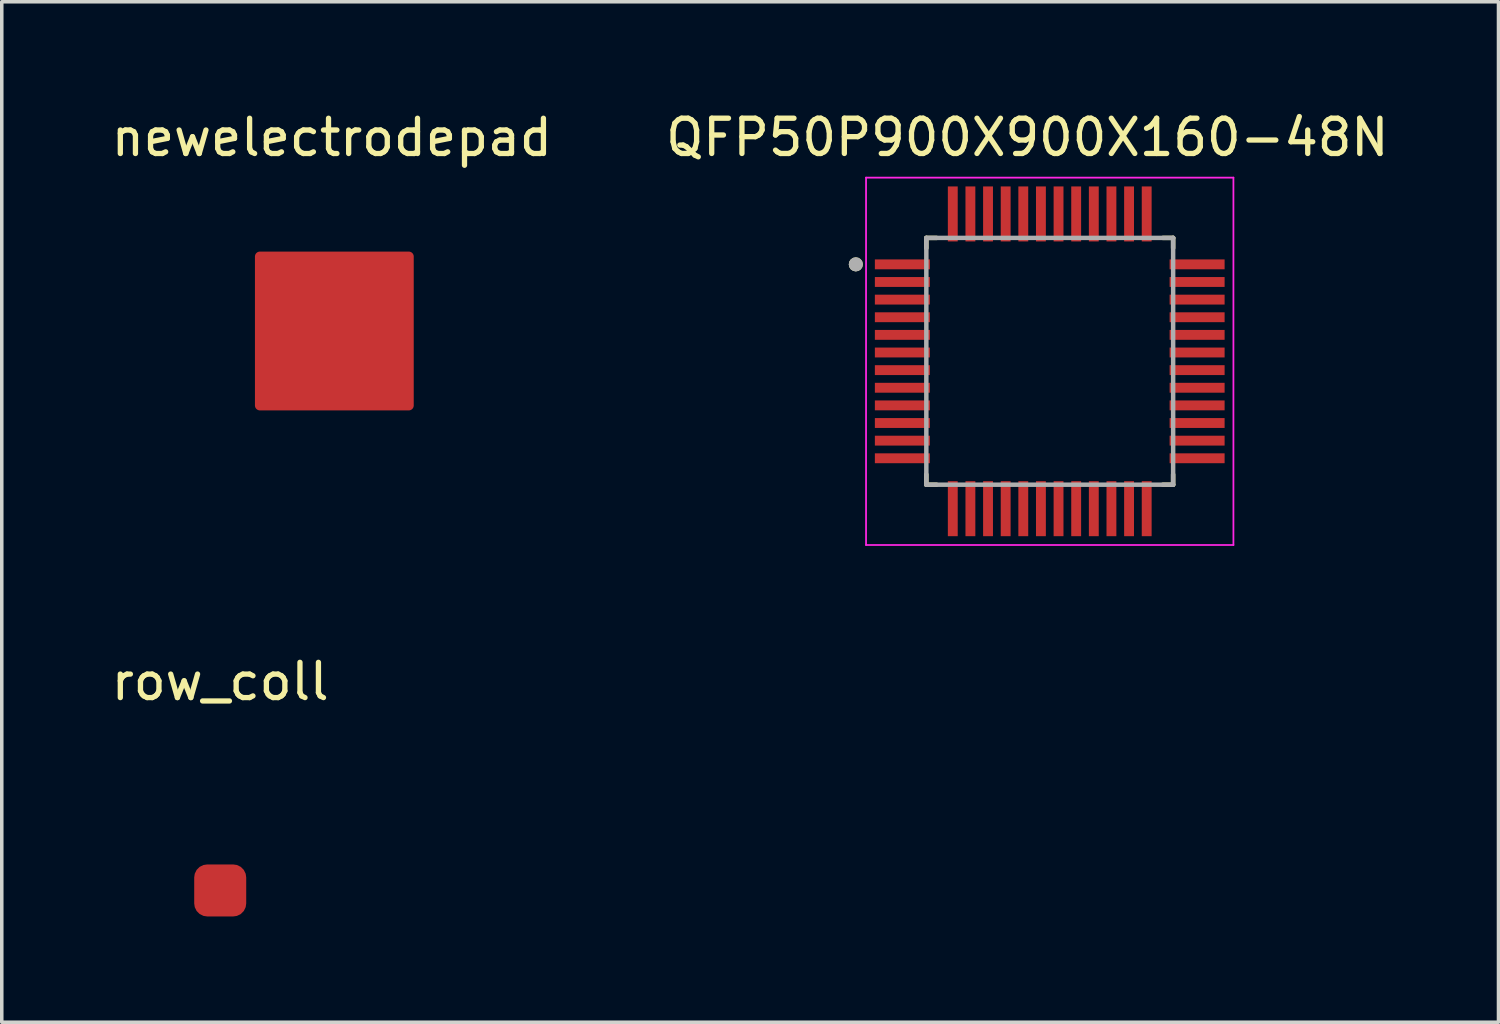
<source format=kicad_pcb>
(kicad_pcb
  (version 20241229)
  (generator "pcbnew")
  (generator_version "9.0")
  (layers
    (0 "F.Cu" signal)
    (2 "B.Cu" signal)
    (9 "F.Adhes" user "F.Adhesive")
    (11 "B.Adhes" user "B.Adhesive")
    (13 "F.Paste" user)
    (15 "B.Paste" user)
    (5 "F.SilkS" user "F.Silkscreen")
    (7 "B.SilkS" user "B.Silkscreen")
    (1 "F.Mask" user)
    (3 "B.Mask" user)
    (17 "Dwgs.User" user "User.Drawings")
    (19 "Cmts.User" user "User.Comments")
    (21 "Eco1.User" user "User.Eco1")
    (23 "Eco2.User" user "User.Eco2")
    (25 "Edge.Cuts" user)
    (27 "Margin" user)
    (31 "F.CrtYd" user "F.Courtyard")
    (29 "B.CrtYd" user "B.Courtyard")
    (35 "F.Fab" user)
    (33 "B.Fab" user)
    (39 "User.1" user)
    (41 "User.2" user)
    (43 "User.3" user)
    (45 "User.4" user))
  (footprint "newelectrodepad"
    (layer "F.Cu")
    (at 6.433 6.338)
    (property "Reference" "newelectrodepad" (at -0.07 -5.489 0) (unlocked yes) (layer "F.SilkS") (effects (font (size 1 1) (thickness 0.15))))
    (attr smd)
    (fp_poly (pts (arc (start 2.11125 2.252) (mid 2.210775 2.210775) (end 2.252 2.11125)) (arc (start 2.252 -2.11125) (mid 2.210775 -2.210775) (end 2.11125 -2.252)) (arc (start -2.11125 -2.252) (mid -2.210775 -2.210775) (end -2.252 -2.11125)) (arc (start -2.252 2.11125) (mid -2.210775 2.210775) (end -2.11125 2.252))) (stroke (width 0) (type solid)) (fill yes) (layer "F.Cu")))
  (footprint "QFP50P900X900X160-48N"
    (layer "F.Cu")
    (at 26.724 7.198)
    (property "Reference" "QFP50P900X900X160-48N" (at -0.635 -6.35 0) (layer "F.SilkS") (effects (font (size 1 1) (thickness 0.15))))
    (attr smd)
    (fp_line (start -3.5 -3.5) (end -3.5 -3.21) (stroke (width 0.127) (type solid)) (layer "F.SilkS"))
    (fp_line (start -3.5 -3.5) (end -3.21 -3.5) (stroke (width 0.127) (type solid)) (layer "F.SilkS"))
    (fp_line (start -3.5 3.5) (end -3.5 3.21) (stroke (width 0.127) (type solid)) (layer "F.SilkS"))
    (fp_line (start -3.5 3.5) (end -3.21 3.5) (stroke (width 0.127) (type solid)) (layer "F.SilkS"))
    (fp_line (start 3.5 -3.5) (end 3.21 -3.5) (stroke (width 0.127) (type solid)) (layer "F.SilkS"))
    (fp_line (start 3.5 -3.5) (end 3.5 -3.21) (stroke (width 0.127) (type solid)) (layer "F.SilkS"))
    (fp_line (start 3.5 3.5) (end 3.21 3.5) (stroke (width 0.127) (type solid)) (layer "F.SilkS"))
    (fp_line (start 3.5 3.5) (end 3.5 3.21) (stroke (width 0.127) (type solid)) (layer "F.SilkS"))
    (fp_circle (center -5.5 -2.75) (end -5.4 -2.75) (stroke (width 0.2) (type solid)) (fill no) (layer "F.SilkS"))
    (fp_line (start -5.21 -5.21) (end 5.21 -5.21) (stroke (width 0.05) (type solid)) (layer "F.CrtYd"))
    (fp_line (start -5.21 5.21) (end -5.21 -5.21) (stroke (width 0.05) (type solid)) (layer "F.CrtYd"))
    (fp_line (start -5.21 5.21) (end 5.21 5.21) (stroke (width 0.05) (type solid)) (layer "F.CrtYd"))
    (fp_line (start 5.21 5.21) (end 5.21 -5.21) (stroke (width 0.05) (type solid)) (layer "F.CrtYd"))
    (fp_line (start -3.5 3.5) (end -3.5 -3.5) (stroke (width 0.127) (type solid)) (layer "F.Fab"))
    (fp_line (start 3.5 -3.5) (end -3.5 -3.5) (stroke (width 0.127) (type solid)) (layer "F.Fab"))
    (fp_line (start 3.5 3.5) (end -3.5 3.5) (stroke (width 0.127) (type solid)) (layer "F.Fab"))
    (fp_line (start 3.5 3.5) (end 3.5 -3.5) (stroke (width 0.127) (type solid)) (layer "F.Fab"))
    (fp_circle (center -5.5 -2.75) (end -5.4 -2.75) (stroke (width 0.2) (type solid)) (fill no) (layer "F.Fab"))
    (pad "1" smd rect (at -4.18 -2.75) (size 1.56 0.28) (layers "F.Cu" "F.Mask" "F.Paste"))
    (pad "2" smd rect (at -4.18 -2.25) (size 1.56 0.28) (layers "F.Cu" "F.Mask" "F.Paste"))
    (pad "3" smd rect (at -4.18 -1.75) (size 1.56 0.28) (layers "F.Cu" "F.Mask" "F.Paste"))
    (pad "4" smd rect (at -4.18 -1.25) (size 1.56 0.28) (layers "F.Cu" "F.Mask" "F.Paste"))
    (pad "5" smd rect (at -4.18 -0.75) (size 1.56 0.28) (layers "F.Cu" "F.Mask" "F.Paste"))
    (pad "6" smd rect (at -4.18 -0.25) (size 1.56 0.28) (layers "F.Cu" "F.Mask" "F.Paste"))
    (pad "7" smd rect (at -4.18 0.25) (size 1.56 0.28) (layers "F.Cu" "F.Mask" "F.Paste"))
    (pad "8" smd rect (at -4.18 0.75) (size 1.56 0.28) (layers "F.Cu" "F.Mask" "F.Paste"))
    (pad "9" smd rect (at -4.18 1.25) (size 1.56 0.28) (layers "F.Cu" "F.Mask" "F.Paste"))
    (pad "10" smd rect (at -4.18 1.75) (size 1.56 0.28) (layers "F.Cu" "F.Mask" "F.Paste"))
    (pad "11" smd rect (at -4.18 2.25) (size 1.56 0.28) (layers "F.Cu" "F.Mask" "F.Paste"))
    (pad "12" smd rect (at -4.18 2.75) (size 1.56 0.28) (layers "F.Cu" "F.Mask" "F.Paste"))
    (pad "13" smd rect (at -2.75 4.18) (size 0.28 1.56) (layers "F.Cu" "F.Mask" "F.Paste"))
    (pad "14" smd rect (at -2.25 4.18) (size 0.28 1.56) (layers "F.Cu" "F.Mask" "F.Paste"))
    (pad "15" smd rect (at -1.75 4.18) (size 0.28 1.56) (layers "F.Cu" "F.Mask" "F.Paste"))
    (pad "16" smd rect (at -1.25 4.18) (size 0.28 1.56) (layers "F.Cu" "F.Mask" "F.Paste"))
    (pad "17" smd rect (at -0.75 4.18) (size 0.28 1.56) (layers "F.Cu" "F.Mask" "F.Paste"))
    (pad "18" smd rect (at -0.25 4.18) (size 0.28 1.56) (layers "F.Cu" "F.Mask" "F.Paste"))
    (pad "19" smd rect (at 0.25 4.18) (size 0.28 1.56) (layers "F.Cu" "F.Mask" "F.Paste"))
    (pad "20" smd rect (at 0.75 4.18) (size 0.28 1.56) (layers "F.Cu" "F.Mask" "F.Paste"))
    (pad "21" smd rect (at 1.25 4.18) (size 0.28 1.56) (layers "F.Cu" "F.Mask" "F.Paste"))
    (pad "22" smd rect (at 1.75 4.18) (size 0.28 1.56) (layers "F.Cu" "F.Mask" "F.Paste"))
    (pad "23" smd rect (at 2.25 4.18) (size 0.28 1.56) (layers "F.Cu" "F.Mask" "F.Paste"))
    (pad "24" smd rect (at 2.75 4.18) (size 0.28 1.56) (layers "F.Cu" "F.Mask" "F.Paste"))
    (pad "25" smd rect (at 4.18 2.75) (size 1.56 0.28) (layers "F.Cu" "F.Mask" "F.Paste"))
    (pad "26" smd rect (at 4.18 2.25) (size 1.56 0.28) (layers "F.Cu" "F.Mask" "F.Paste"))
    (pad "27" smd rect (at 4.18 1.75) (size 1.56 0.28) (layers "F.Cu" "F.Mask" "F.Paste"))
    (pad "28" smd rect (at 4.18 1.25) (size 1.56 0.28) (layers "F.Cu" "F.Mask" "F.Paste"))
    (pad "29" smd rect (at 4.18 0.75) (size 1.56 0.28) (layers "F.Cu" "F.Mask" "F.Paste"))
    (pad "30" smd rect (at 4.18 0.25) (size 1.56 0.28) (layers "F.Cu" "F.Mask" "F.Paste"))
    (pad "31" smd rect (at 4.18 -0.25) (size 1.56 0.28) (layers "F.Cu" "F.Mask" "F.Paste"))
    (pad "32" smd rect (at 4.18 -0.75) (size 1.56 0.28) (layers "F.Cu" "F.Mask" "F.Paste"))
    (pad "33" smd rect (at 4.18 -1.25) (size 1.56 0.28) (layers "F.Cu" "F.Mask" "F.Paste"))
    (pad "34" smd rect (at 4.18 -1.75) (size 1.56 0.28) (layers "F.Cu" "F.Mask" "F.Paste"))
    (pad "35" smd rect (at 4.18 -2.25) (size 1.56 0.28) (layers "F.Cu" "F.Mask" "F.Paste"))
    (pad "36" smd rect (at 4.18 -2.75) (size 1.56 0.28) (layers "F.Cu" "F.Mask" "F.Paste"))
    (pad "37" smd rect (at 2.75 -4.18) (size 0.28 1.56) (layers "F.Cu" "F.Mask" "F.Paste"))
    (pad "38" smd rect (at 2.25 -4.18) (size 0.28 1.56) (layers "F.Cu" "F.Mask" "F.Paste"))
    (pad "39" smd rect (at 1.75 -4.18) (size 0.28 1.56) (layers "F.Cu" "F.Mask" "F.Paste"))
    (pad "40" smd rect (at 1.25 -4.18) (size 0.28 1.56) (layers "F.Cu" "F.Mask" "F.Paste"))
    (pad "41" smd rect (at 0.75 -4.18) (size 0.28 1.56) (layers "F.Cu" "F.Mask" "F.Paste"))
    (pad "42" smd rect (at 0.25 -4.18) (size 0.28 1.56) (layers "F.Cu" "F.Mask" "F.Paste"))
    (pad "43" smd rect (at -0.25 -4.18) (size 0.28 1.56) (layers "F.Cu" "F.Mask" "F.Paste"))
    (pad "44" smd rect (at -0.75 -4.18) (size 0.28 1.56) (layers "F.Cu" "F.Mask" "F.Paste"))
    (pad "45" smd rect (at -1.25 -4.18) (size 0.28 1.56) (layers "F.Cu" "F.Mask" "F.Paste"))
    (pad "46" smd rect (at -1.75 -4.18) (size 0.28 1.56) (layers "F.Cu" "F.Mask" "F.Paste"))
    (pad "47" smd rect (at -2.25 -4.18) (size 0.28 1.56) (layers "F.Cu" "F.Mask" "F.Paste"))
    (pad "48" smd rect (at -2.75 -4.18) (size 0.28 1.56) (layers "F.Cu" "F.Mask" "F.Paste")))
  (footprint "row_coll"
    (layer "F.Cu")
    (at 3.196 22.206)
    (property "Reference" "row_coll" (at 0 -5.925 0) (unlocked yes) (layer "F.SilkS") (effects (font (size 1 1) (thickness 0.15))))
    (attr smd)
    (pad "1" connect roundrect (at 0 0) (size 1.475 1.475) (layers "F.Cu" "F.Mask") (roundrect_rratio 0.25)))
  (gr_rect
    (start -3 -3)
    (end 39.452 25.944)
    (stroke (width 0.1) (type default))
    (fill no)
    (layer "Edge.Cuts")))
</source>
